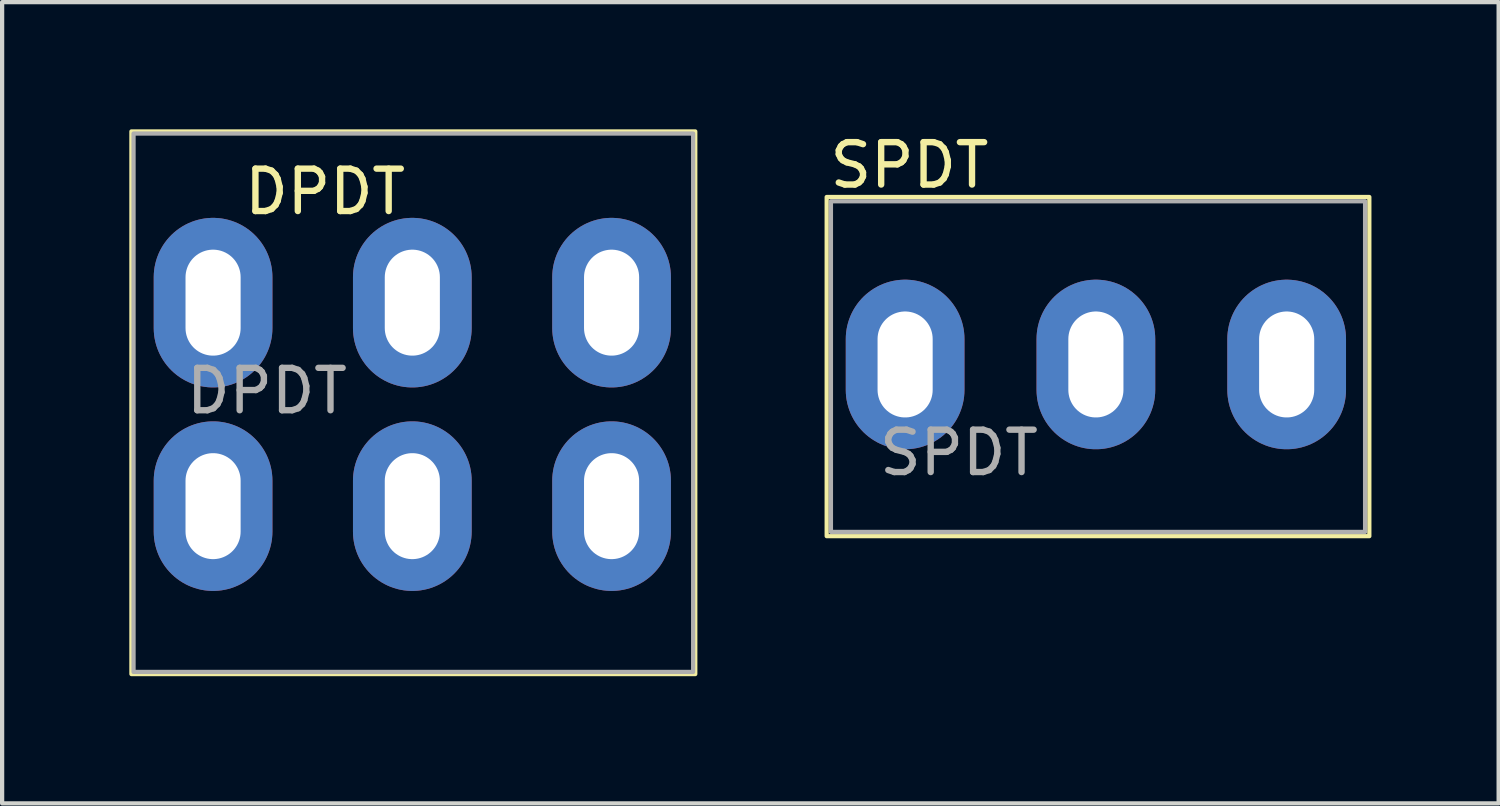
<source format=kicad_pcb>
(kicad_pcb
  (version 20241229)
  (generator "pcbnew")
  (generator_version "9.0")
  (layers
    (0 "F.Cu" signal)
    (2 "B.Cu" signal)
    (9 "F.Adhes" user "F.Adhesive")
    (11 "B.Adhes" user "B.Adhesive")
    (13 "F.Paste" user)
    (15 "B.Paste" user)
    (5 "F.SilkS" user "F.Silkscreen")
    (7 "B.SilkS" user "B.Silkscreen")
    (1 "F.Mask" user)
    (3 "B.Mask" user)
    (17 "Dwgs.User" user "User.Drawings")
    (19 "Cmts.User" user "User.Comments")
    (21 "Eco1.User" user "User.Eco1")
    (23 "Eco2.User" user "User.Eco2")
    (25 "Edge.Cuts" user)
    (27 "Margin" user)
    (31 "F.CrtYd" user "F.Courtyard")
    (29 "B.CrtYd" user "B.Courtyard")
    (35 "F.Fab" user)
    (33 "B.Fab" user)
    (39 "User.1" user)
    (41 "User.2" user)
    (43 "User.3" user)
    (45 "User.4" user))
  (footprint "DPDT"
    (layer "F.Cu")
    (at 1.976 4.089)
    (property "Reference" "DPDT" (at 2.642 -2.616 0) (layer "F.SilkS") (effects (font (size 1 1) (thickness 0.15))))
    (attr through_hole)
    (fp_rect (start -1.926 -4.039) (end 11.374 8.761) (stroke (width 0.1) (type default)) (fill no) (layer "F.SilkS"))
    (fp_rect (start -1.876 -3.989) (end 11.324 8.711) (stroke (width 0.1) (type default)) (fill no) (layer "F.Fab"))
    (fp_text user "${REFERENCE}" (at 1.27 2.083 0) (layer "F.Fab") (effects (font (size 1 1) (thickness 0.15))))
    (pad "1" thru_hole oval (at 0 0 90) (size 4 2.8) (drill oval 2.5 1.3) (layers "*.Cu" "*.Mask"))
    (pad "2" thru_hole oval (at 4.7 0 90) (size 4 2.8) (drill oval 2.5 1.3) (layers "*.Cu" "*.Mask"))
    (pad "3" thru_hole oval (at 9.4 0 90) (size 4 2.8) (drill oval 2.5 1.3) (layers "*.Cu" "*.Mask"))
    (pad "4" thru_hole oval (at 0 4.8 90) (size 4 2.8) (drill oval 2.5 1.3) (layers "*.Cu" "*.Mask"))
    (pad "5" thru_hole oval (at 4.7 4.8 90) (size 4 2.8) (drill oval 2.5 1.3) (layers "*.Cu" "*.Mask"))
    (pad "6" thru_hole oval (at 9.4 4.8 90) (size 4 2.8) (drill oval 2.5 1.3) (layers "*.Cu" "*.Mask")))
  (footprint "SPDT"
    (layer "F.Cu")
    (at 18.3 5.547)
    (property "Reference" "SPDT" (at 0.102 -4.699 0) (layer "F.SilkS") (effects (font (size 1 1) (thickness 0.15))))
    (attr through_hole)
    (fp_rect (start -1.85 -3.95) (end 10.95 4.05) (stroke (width 0.1) (type default)) (fill no) (layer "F.SilkS"))
    (fp_rect (start -1.75 -3.85) (end 10.85 3.95) (stroke (width 0.1) (type default)) (fill no) (layer "F.Fab"))
    (fp_text user "${REFERENCE}" (at 1.27 2.083 0) (layer "F.Fab") (effects (font (size 1 1) (thickness 0.15))))
    (pad "1" thru_hole oval (at 0 0 90) (size 4 2.8) (drill oval 2.5 1.3) (layers "*.Cu" "*.Mask"))
    (pad "2" thru_hole oval (at 4.5 0 90) (size 4 2.8) (drill oval 2.5 1.3) (layers "*.Cu" "*.Mask"))
    (pad "3" thru_hole oval (at 9 0 90) (size 4 2.8) (drill oval 2.5 1.3) (layers "*.Cu" "*.Mask")))
  (gr_rect
    (start -3 -3)
    (end 32.3 15.9)
    (stroke (width 0.1) (type default))
    (fill no)
    (layer "Edge.Cuts")))
</source>
